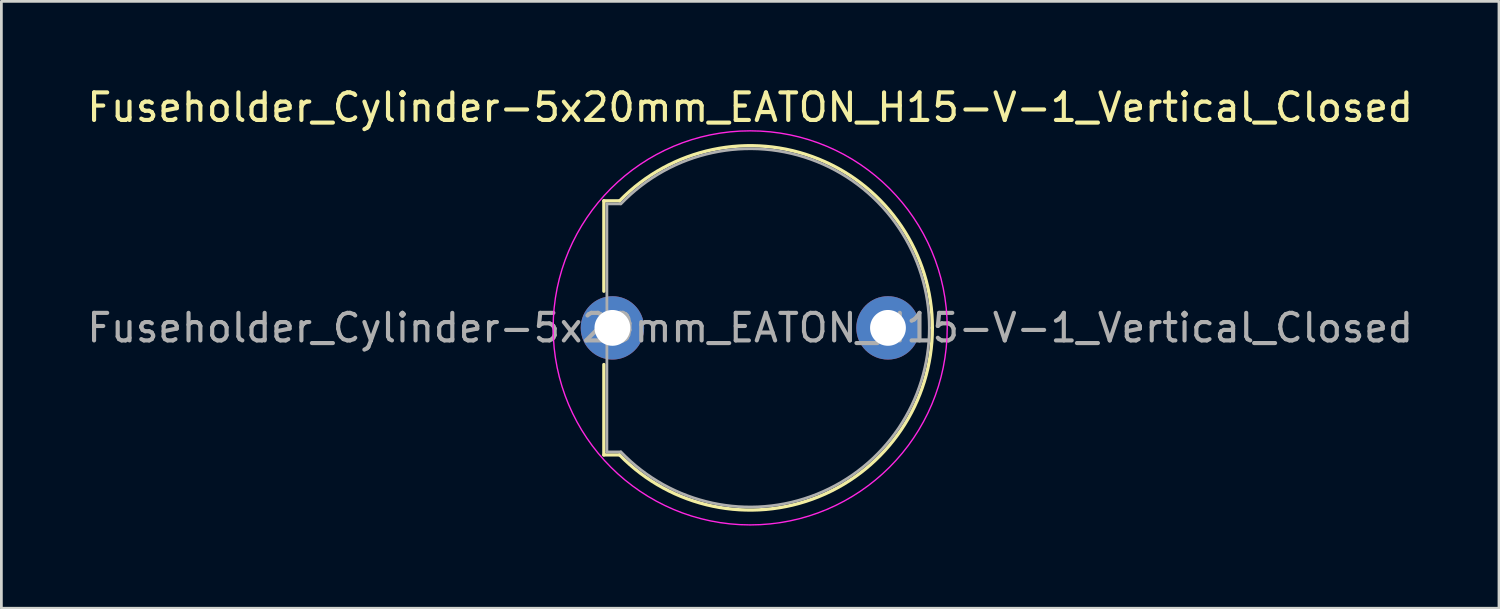
<source format=kicad_pcb>
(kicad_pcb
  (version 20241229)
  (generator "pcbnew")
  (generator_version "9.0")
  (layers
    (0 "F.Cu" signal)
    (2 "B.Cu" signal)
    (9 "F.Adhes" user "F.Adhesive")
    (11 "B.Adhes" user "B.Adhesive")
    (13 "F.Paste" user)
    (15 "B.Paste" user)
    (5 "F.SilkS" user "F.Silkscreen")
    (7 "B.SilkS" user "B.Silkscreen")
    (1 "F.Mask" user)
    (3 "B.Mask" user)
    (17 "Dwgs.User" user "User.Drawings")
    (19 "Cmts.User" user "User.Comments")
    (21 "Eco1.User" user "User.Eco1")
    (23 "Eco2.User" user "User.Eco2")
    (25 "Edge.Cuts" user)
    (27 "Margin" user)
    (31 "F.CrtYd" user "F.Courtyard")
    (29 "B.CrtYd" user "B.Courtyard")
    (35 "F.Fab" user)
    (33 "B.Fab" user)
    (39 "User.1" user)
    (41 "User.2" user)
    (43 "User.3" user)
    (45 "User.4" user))
  (footprint "Fuseholder_Cylinder-5x20mm_EATON_H15-V-1_Vertical_Closed"
    (layer "F.Cu")
    (at 19.173 8.848)
    (property "Reference" "Fuseholder_Cylinder-5x20mm_EATON_H15-V-1_Vertical_Closed" (at 5 -8 0) (layer "F.SilkS") (effects (font (size 1 1) (thickness 0.15))))
    (attr through_hole)
    (fp_line (start -0.31 -4.61) (end -0.31 -1.33) (stroke (width 0.12) (type solid)) (layer "F.SilkS"))
    (fp_line (start -0.31 1.33) (end -0.31 4.61) (stroke (width 0.12) (type solid)) (layer "F.SilkS"))
    (fp_line (start 0.26 -4.61) (end -0.31 -4.61) (stroke (width 0.12) (type solid)) (layer "F.SilkS"))
    (fp_line (start 0.26 4.61) (end -0.31 4.61) (stroke (width 0.12) (type solid)) (layer "F.SilkS"))
    (fp_arc (start 0.261221 -4.608261) (mid 7.486842 -6.124354) (end 11.61 0) (stroke (width 0.12) (type solid)) (layer "F.SilkS"))
    (fp_arc (start 11.61 0) (mid 7.486842 6.124354) (end 0.261221 4.608261) (stroke (width 0.12) (type solid)) (layer "F.SilkS"))
    (fp_circle (center 5 0) (end 12.15 0) (stroke (width 0.05) (type solid)) (fill no) (layer "F.CrtYd"))
    (fp_line (start -0.2 -4.5) (end -0.2 4.5) (stroke (width 0.1) (type solid)) (layer "F.Fab"))
    (fp_line (start 0.3 -4.5) (end -0.2 -4.5) (stroke (width 0.1) (type solid)) (layer "F.Fab"))
    (fp_line (start 0.3 4.5) (end -0.2 4.5) (stroke (width 0.1) (type solid)) (layer "F.Fab"))
    (fp_arc (start 0.308559 -4.498931) (mid 7.424421 -6.030935) (end 11.5 0) (stroke (width 0.1) (type solid)) (layer "F.Fab"))
    (fp_arc (start 11.5 0) (mid 7.424421 6.030936) (end 0.308559 4.498931) (stroke (width 0.1) (type solid)) (layer "F.Fab"))
    (fp_text user "${REFERENCE}" (at 5 0 0) (layer "F.Fab") (effects (font (size 1 1) (thickness 0.15))))
    (pad "1" thru_hole circle (at 0 0) (size 2.3 2.3) (drill 1.3) (layers "*.Cu" "*.Mask"))
    (pad "2" thru_hole circle (at 10 0) (size 2.3 2.3) (drill 1.3) (layers "*.Cu" "*.Mask")))
  (gr_rect
    (start -3 -3)
    (end 51.345 19.023)
    (stroke (width 0.1) (type default))
    (fill no)
    (layer "Edge.Cuts")))
</source>
